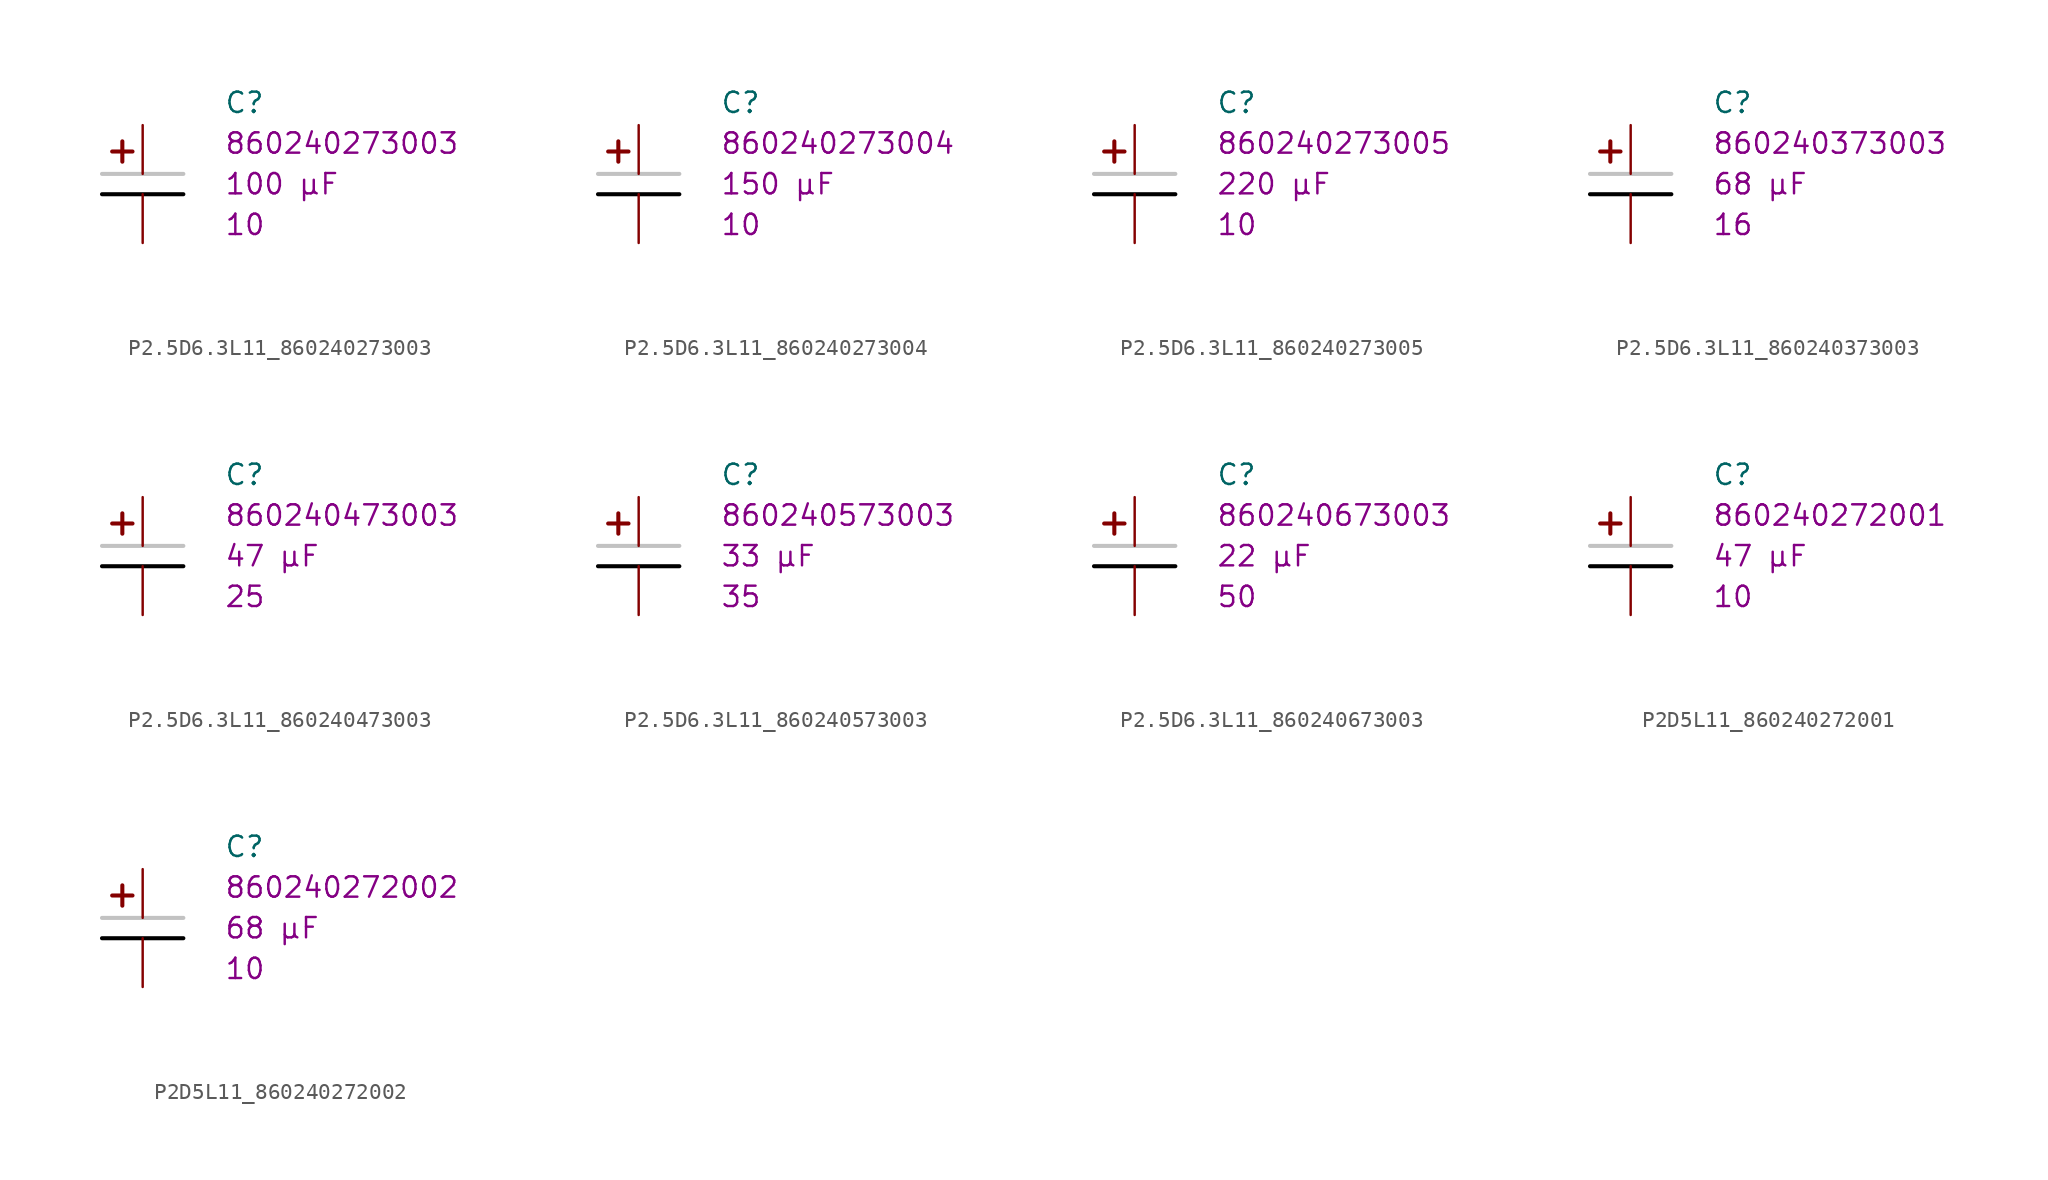
<source format=kicad_sym>
(kicad_symbol_lib
  (version 20220914)
  (generator kicad_symbol_editor)
  (symbol "P2.5D6.3L11_860240273003"
    (pin_numbers hide)
    (pin_names hide)
    (property "Reference" "C"
      (at 5.08 5.08 0)
      (effects (font (size 1.27 1.27)) (justify left)))
    (property "Part Number" "860240273003"
      (at 5.08 2.54 0)
      (effects (font (size 1.27 1.27)) (justify left)))
    (property "Capacitance" "100 µF"
      (at 5.08 0 0)
      (effects (font (size 1.27 1.27)) (justify left)))
    (property "Voltage" "10"
      (at 5.08 -2.54 0)
      (effects (font (size 1.27 1.27)) (justify left)))
    (property "Critical Parameter" ""
      (at 0 -7.62 0)
      (effects (font (size 1.27 1.27))))
    (symbol "P2.5D6.3L11_860240273003_1_1"
      (polyline (pts (xy -1.27 2.667) (xy -1.27 1.397)) (stroke (width 0.254) (type default)) (fill (type none)))
      (polyline (pts (xy -0.635 2.032) (xy -1.905 2.032)) (stroke (width 0.254) (type default)) (fill (type none)))
      (polyline (pts (xy 2.54 -0.635) (xy -2.54 -0.635)) (stroke (width 0.254) (type default) (color 0 0 0 1)) (fill (type none)))
      (polyline (pts (xy 2.54 0.635) (xy -2.54 0.635)) (stroke (width 0.254) (type default) (color 194 194 194 1)) (fill (type none)))
      (pin passive line (at 0 3.679 270) (length 3.044) (name "1" (effects (font (size 1.27 1.27)))) (number "1" (effects (font (size 1.27 1.27)))))
      (pin passive line (at 0 -3.679 90) (length 3.044) (name "2" (effects (font (size 1.27 1.27)))) (number "2" (effects (font (size 1.27 1.27)))))))
  (symbol "P2.5D6.3L11_860240273004"
    (pin_numbers hide)
    (pin_names hide)
    (property "Reference" "C"
      (at 5.08 5.08 0)
      (effects (font (size 1.27 1.27)) (justify left)))
    (property "Part Number" "860240273004"
      (at 5.08 2.54 0)
      (effects (font (size 1.27 1.27)) (justify left)))
    (property "Capacitance" "150 µF"
      (at 5.08 0 0)
      (effects (font (size 1.27 1.27)) (justify left)))
    (property "Voltage" "10"
      (at 5.08 -2.54 0)
      (effects (font (size 1.27 1.27)) (justify left)))
    (property "Critical Parameter" ""
      (at 0 -7.62 0)
      (effects (font (size 1.27 1.27))))
    (symbol "P2.5D6.3L11_860240273004_1_1"
      (polyline (pts (xy -1.27 2.667) (xy -1.27 1.397)) (stroke (width 0.254) (type default)) (fill (type none)))
      (polyline (pts (xy -0.635 2.032) (xy -1.905 2.032)) (stroke (width 0.254) (type default)) (fill (type none)))
      (polyline (pts (xy 2.54 -0.635) (xy -2.54 -0.635)) (stroke (width 0.254) (type default) (color 0 0 0 1)) (fill (type none)))
      (polyline (pts (xy 2.54 0.635) (xy -2.54 0.635)) (stroke (width 0.254) (type default) (color 194 194 194 1)) (fill (type none)))
      (pin passive line (at 0 3.679 270) (length 3.044) (name "1" (effects (font (size 1.27 1.27)))) (number "1" (effects (font (size 1.27 1.27)))))
      (pin passive line (at 0 -3.679 90) (length 3.044) (name "2" (effects (font (size 1.27 1.27)))) (number "2" (effects (font (size 1.27 1.27)))))))
  (symbol "P2.5D6.3L11_860240273005"
    (pin_numbers hide)
    (pin_names hide)
    (property "Reference" "C"
      (at 5.08 5.08 0)
      (effects (font (size 1.27 1.27)) (justify left)))
    (property "Part Number" "860240273005"
      (at 5.08 2.54 0)
      (effects (font (size 1.27 1.27)) (justify left)))
    (property "Capacitance" "220 µF"
      (at 5.08 0 0)
      (effects (font (size 1.27 1.27)) (justify left)))
    (property "Voltage" "10"
      (at 5.08 -2.54 0)
      (effects (font (size 1.27 1.27)) (justify left)))
    (property "Critical Parameter" ""
      (at 0 -7.62 0)
      (effects (font (size 1.27 1.27))))
    (symbol "P2.5D6.3L11_860240273005_1_1"
      (polyline (pts (xy -1.27 2.667) (xy -1.27 1.397)) (stroke (width 0.254) (type default)) (fill (type none)))
      (polyline (pts (xy -0.635 2.032) (xy -1.905 2.032)) (stroke (width 0.254) (type default)) (fill (type none)))
      (polyline (pts (xy 2.54 -0.635) (xy -2.54 -0.635)) (stroke (width 0.254) (type default) (color 0 0 0 1)) (fill (type none)))
      (polyline (pts (xy 2.54 0.635) (xy -2.54 0.635)) (stroke (width 0.254) (type default) (color 194 194 194 1)) (fill (type none)))
      (pin passive line (at 0 3.679 270) (length 3.044) (name "1" (effects (font (size 1.27 1.27)))) (number "1" (effects (font (size 1.27 1.27)))))
      (pin passive line (at 0 -3.679 90) (length 3.044) (name "2" (effects (font (size 1.27 1.27)))) (number "2" (effects (font (size 1.27 1.27)))))))
  (symbol "P2.5D6.3L11_860240373003"
    (pin_numbers hide)
    (pin_names hide)
    (property "Reference" "C"
      (at 5.08 5.08 0)
      (effects (font (size 1.27 1.27)) (justify left)))
    (property "Part Number" "860240373003"
      (at 5.08 2.54 0)
      (effects (font (size 1.27 1.27)) (justify left)))
    (property "Capacitance" "68 µF"
      (at 5.08 0 0)
      (effects (font (size 1.27 1.27)) (justify left)))
    (property "Voltage" "16"
      (at 5.08 -2.54 0)
      (effects (font (size 1.27 1.27)) (justify left)))
    (property "Critical Parameter" ""
      (at 0 -7.62 0)
      (effects (font (size 1.27 1.27))))
    (symbol "P2.5D6.3L11_860240373003_1_1"
      (polyline (pts (xy -1.27 2.667) (xy -1.27 1.397)) (stroke (width 0.254) (type default)) (fill (type none)))
      (polyline (pts (xy -0.635 2.032) (xy -1.905 2.032)) (stroke (width 0.254) (type default)) (fill (type none)))
      (polyline (pts (xy 2.54 -0.635) (xy -2.54 -0.635)) (stroke (width 0.254) (type default) (color 0 0 0 1)) (fill (type none)))
      (polyline (pts (xy 2.54 0.635) (xy -2.54 0.635)) (stroke (width 0.254) (type default) (color 194 194 194 1)) (fill (type none)))
      (pin passive line (at 0 3.679 270) (length 3.044) (name "1" (effects (font (size 1.27 1.27)))) (number "1" (effects (font (size 1.27 1.27)))))
      (pin passive line (at 0 -3.679 90) (length 3.044) (name "2" (effects (font (size 1.27 1.27)))) (number "2" (effects (font (size 1.27 1.27)))))))
  (symbol "P2.5D6.3L11_860240473003"
    (pin_numbers hide)
    (pin_names hide)
    (property "Reference" "C"
      (at 5.08 5.08 0)
      (effects (font (size 1.27 1.27)) (justify left)))
    (property "Part Number" "860240473003"
      (at 5.08 2.54 0)
      (effects (font (size 1.27 1.27)) (justify left)))
    (property "Capacitance" "47 µF"
      (at 5.08 0 0)
      (effects (font (size 1.27 1.27)) (justify left)))
    (property "Voltage" "25"
      (at 5.08 -2.54 0)
      (effects (font (size 1.27 1.27)) (justify left)))
    (property "Critical Parameter" ""
      (at 0 -7.62 0)
      (effects (font (size 1.27 1.27))))
    (symbol "P2.5D6.3L11_860240473003_1_1"
      (polyline (pts (xy -1.27 2.667) (xy -1.27 1.397)) (stroke (width 0.254) (type default)) (fill (type none)))
      (polyline (pts (xy -0.635 2.032) (xy -1.905 2.032)) (stroke (width 0.254) (type default)) (fill (type none)))
      (polyline (pts (xy 2.54 -0.635) (xy -2.54 -0.635)) (stroke (width 0.254) (type default) (color 0 0 0 1)) (fill (type none)))
      (polyline (pts (xy 2.54 0.635) (xy -2.54 0.635)) (stroke (width 0.254) (type default) (color 194 194 194 1)) (fill (type none)))
      (pin passive line (at 0 3.679 270) (length 3.044) (name "1" (effects (font (size 1.27 1.27)))) (number "1" (effects (font (size 1.27 1.27)))))
      (pin passive line (at 0 -3.679 90) (length 3.044) (name "2" (effects (font (size 1.27 1.27)))) (number "2" (effects (font (size 1.27 1.27)))))))
  (symbol "P2.5D6.3L11_860240573003"
    (pin_numbers hide)
    (pin_names hide)
    (property "Reference" "C"
      (at 5.08 5.08 0)
      (effects (font (size 1.27 1.27)) (justify left)))
    (property "Part Number" "860240573003"
      (at 5.08 2.54 0)
      (effects (font (size 1.27 1.27)) (justify left)))
    (property "Capacitance" "33 µF"
      (at 5.08 0 0)
      (effects (font (size 1.27 1.27)) (justify left)))
    (property "Voltage" "35"
      (at 5.08 -2.54 0)
      (effects (font (size 1.27 1.27)) (justify left)))
    (property "Critical Parameter" ""
      (at 0 -7.62 0)
      (effects (font (size 1.27 1.27))))
    (symbol "P2.5D6.3L11_860240573003_1_1"
      (polyline (pts (xy -1.27 2.667) (xy -1.27 1.397)) (stroke (width 0.254) (type default)) (fill (type none)))
      (polyline (pts (xy -0.635 2.032) (xy -1.905 2.032)) (stroke (width 0.254) (type default)) (fill (type none)))
      (polyline (pts (xy 2.54 -0.635) (xy -2.54 -0.635)) (stroke (width 0.254) (type default) (color 0 0 0 1)) (fill (type none)))
      (polyline (pts (xy 2.54 0.635) (xy -2.54 0.635)) (stroke (width 0.254) (type default) (color 194 194 194 1)) (fill (type none)))
      (pin passive line (at 0 3.679 270) (length 3.044) (name "1" (effects (font (size 1.27 1.27)))) (number "1" (effects (font (size 1.27 1.27)))))
      (pin passive line (at 0 -3.679 90) (length 3.044) (name "2" (effects (font (size 1.27 1.27)))) (number "2" (effects (font (size 1.27 1.27)))))))
  (symbol "P2.5D6.3L11_860240673003"
    (pin_numbers hide)
    (pin_names hide)
    (property "Reference" "C"
      (at 5.08 5.08 0)
      (effects (font (size 1.27 1.27)) (justify left)))
    (property "Part Number" "860240673003"
      (at 5.08 2.54 0)
      (effects (font (size 1.27 1.27)) (justify left)))
    (property "Capacitance" "22 µF"
      (at 5.08 0 0)
      (effects (font (size 1.27 1.27)) (justify left)))
    (property "Voltage" "50"
      (at 5.08 -2.54 0)
      (effects (font (size 1.27 1.27)) (justify left)))
    (property "Critical Parameter" ""
      (at 0 -7.62 0)
      (effects (font (size 1.27 1.27))))
    (symbol "P2.5D6.3L11_860240673003_1_1"
      (polyline (pts (xy -1.27 2.667) (xy -1.27 1.397)) (stroke (width 0.254) (type default)) (fill (type none)))
      (polyline (pts (xy -0.635 2.032) (xy -1.905 2.032)) (stroke (width 0.254) (type default)) (fill (type none)))
      (polyline (pts (xy 2.54 -0.635) (xy -2.54 -0.635)) (stroke (width 0.254) (type default) (color 0 0 0 1)) (fill (type none)))
      (polyline (pts (xy 2.54 0.635) (xy -2.54 0.635)) (stroke (width 0.254) (type default) (color 194 194 194 1)) (fill (type none)))
      (pin passive line (at 0 3.679 270) (length 3.044) (name "1" (effects (font (size 1.27 1.27)))) (number "1" (effects (font (size 1.27 1.27)))))
      (pin passive line (at 0 -3.679 90) (length 3.044) (name "2" (effects (font (size 1.27 1.27)))) (number "2" (effects (font (size 1.27 1.27)))))))
  (symbol "P2D5L11_860240272001"
    (pin_numbers hide)
    (pin_names hide)
    (property "Reference" "C"
      (at 5.08 5.08 0)
      (effects (font (size 1.27 1.27)) (justify left)))
    (property "Part Number" "860240272001"
      (at 5.08 2.54 0)
      (effects (font (size 1.27 1.27)) (justify left)))
    (property "Capacitance" "47 µF"
      (at 5.08 0 0)
      (effects (font (size 1.27 1.27)) (justify left)))
    (property "Voltage" "10"
      (at 5.08 -2.54 0)
      (effects (font (size 1.27 1.27)) (justify left)))
    (property "Critical Parameter" ""
      (at 0 -7.62 0)
      (effects (font (size 1.27 1.27))))
    (symbol "P2D5L11_860240272001_1_1"
      (polyline (pts (xy -1.27 2.667) (xy -1.27 1.397)) (stroke (width 0.254) (type default)) (fill (type none)))
      (polyline (pts (xy -0.635 2.032) (xy -1.905 2.032)) (stroke (width 0.254) (type default)) (fill (type none)))
      (polyline (pts (xy 2.54 -0.635) (xy -2.54 -0.635)) (stroke (width 0.254) (type default) (color 0 0 0 1)) (fill (type none)))
      (polyline (pts (xy 2.54 0.635) (xy -2.54 0.635)) (stroke (width 0.254) (type default) (color 194 194 194 1)) (fill (type none)))
      (pin passive line (at 0 3.679 270) (length 3.044) (name "1" (effects (font (size 1.27 1.27)))) (number "1" (effects (font (size 1.27 1.27)))))
      (pin passive line (at 0 -3.679 90) (length 3.044) (name "2" (effects (font (size 1.27 1.27)))) (number "2" (effects (font (size 1.27 1.27)))))))
  (symbol "P2D5L11_860240272002"
    (pin_numbers hide)
    (pin_names hide)
    (property "Reference" "C"
      (at 5.08 5.08 0)
      (effects (font (size 1.27 1.27)) (justify left)))
    (property "Part Number" "860240272002"
      (at 5.08 2.54 0)
      (effects (font (size 1.27 1.27)) (justify left)))
    (property "Capacitance" "68 µF"
      (at 5.08 0 0)
      (effects (font (size 1.27 1.27)) (justify left)))
    (property "Voltage" "10"
      (at 5.08 -2.54 0)
      (effects (font (size 1.27 1.27)) (justify left)))
    (property "Critical Parameter" ""
      (at 0 -7.62 0)
      (effects (font (size 1.27 1.27))))
    (symbol "P2D5L11_860240272002_1_1"
      (polyline (pts (xy -1.27 2.667) (xy -1.27 1.397)) (stroke (width 0.254) (type default)) (fill (type none)))
      (polyline (pts (xy -0.635 2.032) (xy -1.905 2.032)) (stroke (width 0.254) (type default)) (fill (type none)))
      (polyline (pts (xy 2.54 -0.635) (xy -2.54 -0.635)) (stroke (width 0.254) (type default) (color 0 0 0 1)) (fill (type none)))
      (polyline (pts (xy 2.54 0.635) (xy -2.54 0.635)) (stroke (width 0.254) (type default) (color 194 194 194 1)) (fill (type none)))
      (pin passive line (at 0 3.679 270) (length 3.044) (name "1" (effects (font (size 1.27 1.27)))) (number "1" (effects (font (size 1.27 1.27)))))
      (pin passive line (at 0 -3.679 90) (length 3.044) (name "2" (effects (font (size 1.27 1.27)))) (number "2" (effects (font (size 1.27 1.27))))))))
</source>
